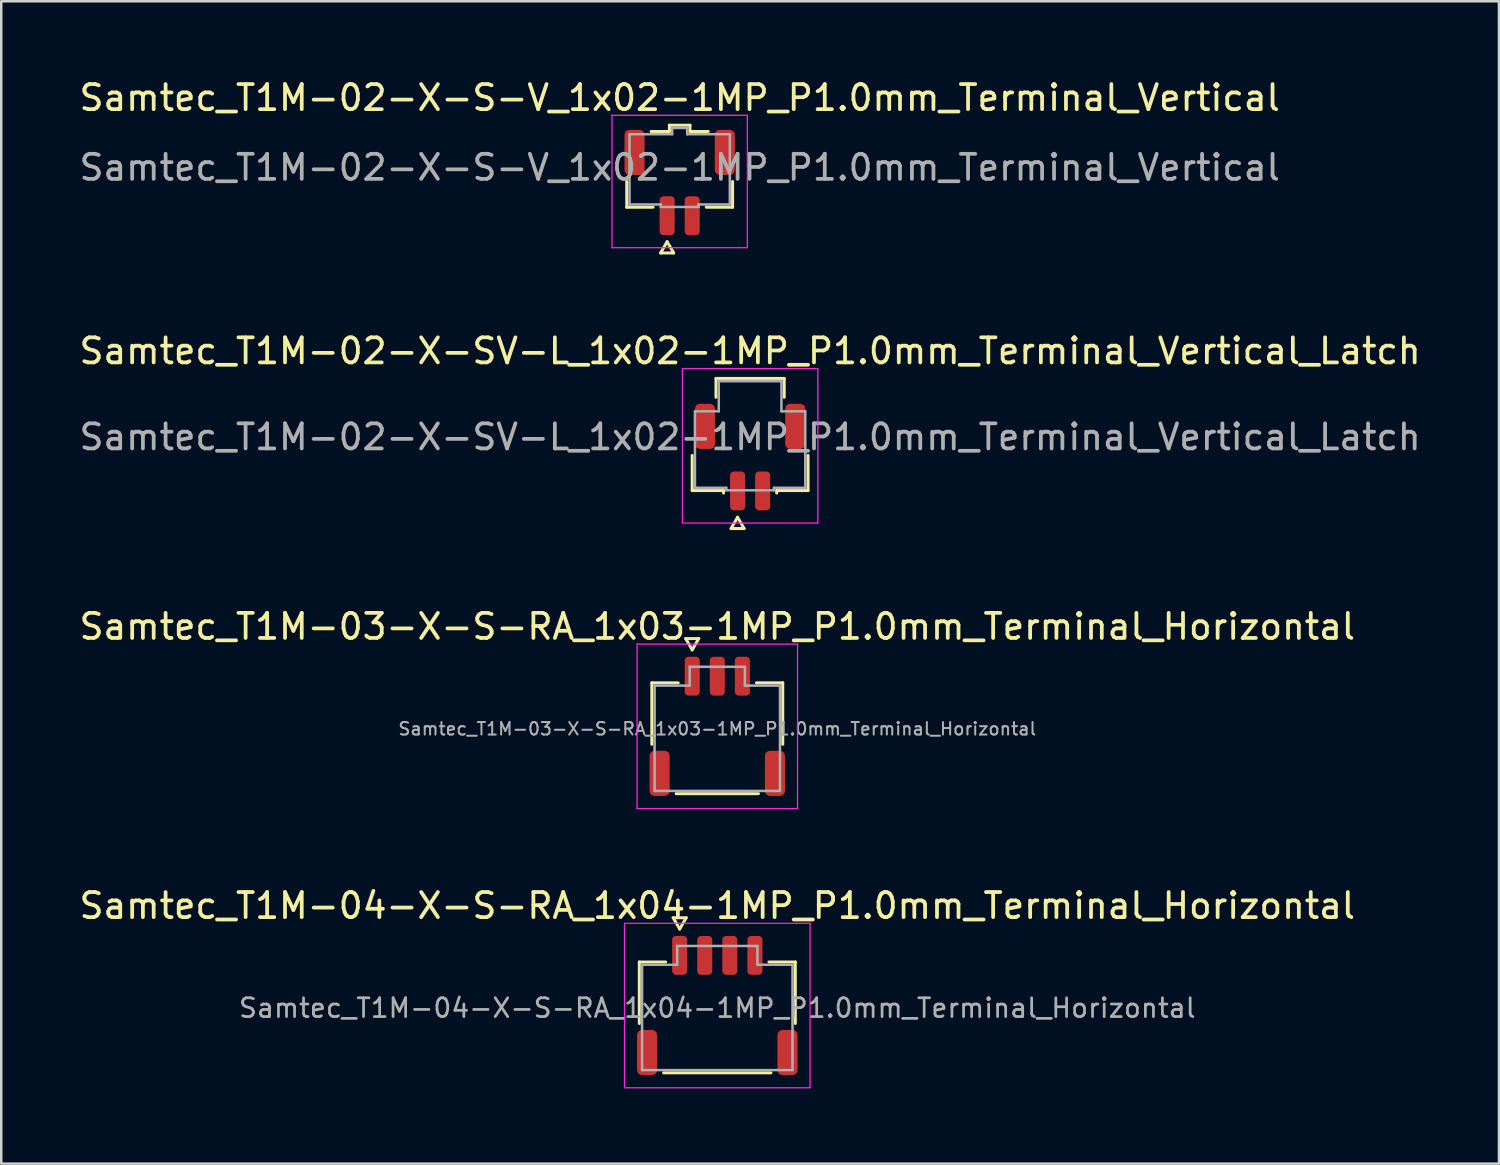
<source format=kicad_pcb>
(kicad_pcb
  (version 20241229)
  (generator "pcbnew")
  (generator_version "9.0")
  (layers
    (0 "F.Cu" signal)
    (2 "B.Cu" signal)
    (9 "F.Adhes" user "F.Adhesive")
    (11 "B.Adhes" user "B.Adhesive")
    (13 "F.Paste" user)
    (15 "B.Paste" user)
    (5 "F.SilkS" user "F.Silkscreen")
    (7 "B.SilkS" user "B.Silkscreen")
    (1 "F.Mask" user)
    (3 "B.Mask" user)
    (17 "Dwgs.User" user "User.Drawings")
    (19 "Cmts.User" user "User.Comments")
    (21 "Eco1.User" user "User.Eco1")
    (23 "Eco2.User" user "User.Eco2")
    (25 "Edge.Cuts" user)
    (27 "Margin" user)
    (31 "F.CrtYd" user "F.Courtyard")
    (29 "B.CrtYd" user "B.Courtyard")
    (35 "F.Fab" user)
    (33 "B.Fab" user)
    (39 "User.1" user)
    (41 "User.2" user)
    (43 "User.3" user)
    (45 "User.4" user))
  (footprint "Samtec_T1M-02-X-S-V_1x02-1MP_P1.0mm_Terminal_Vertical"
    (layer "F.Cu")
    (at 24.054 3.628)
    (property "Reference" "Samtec_T1M-02-X-S-V_1x02-1MP_P1.0mm_Terminal_Vertical" (at 0 -2.78 0) (layer "F.SilkS") (effects (font (size 1 1) (thickness 0.15))))
    (attr smd)
    (fp_line (start -2.11 1.585) (end -2.11 0.56) (stroke (width 0.12) (type solid)) (layer "F.SilkS"))
    (fp_line (start -1.14 -1.435) (end -0.41 -1.435) (stroke (width 0.12) (type solid)) (layer "F.SilkS"))
    (fp_line (start -1.06 1.585) (end -2.11 1.585) (stroke (width 0.12) (type solid)) (layer "F.SilkS"))
    (fp_line (start -0.76 3.41) (end -0.5 2.96) (stroke (width 0.12) (type solid)) (layer "F.SilkS"))
    (fp_line (start -0.5 2.96) (end -0.24 3.41) (stroke (width 0.12) (type solid)) (layer "F.SilkS"))
    (fp_line (start -0.41 -1.685) (end 0.41 -1.685) (stroke (width 0.12) (type solid)) (layer "F.SilkS"))
    (fp_line (start -0.41 -1.435) (end -0.41 -1.685) (stroke (width 0.12) (type solid)) (layer "F.SilkS"))
    (fp_line (start -0.24 3.41) (end -0.76 3.41) (stroke (width 0.12) (type solid)) (layer "F.SilkS"))
    (fp_line (start 0.41 -1.685) (end 0.41 -1.435) (stroke (width 0.12) (type solid)) (layer "F.SilkS"))
    (fp_line (start 0.41 -1.435) (end 1.14 -1.435) (stroke (width 0.12) (type solid)) (layer "F.SilkS"))
    (fp_line (start 2.11 0.56) (end 2.11 1.585) (stroke (width 0.12) (type solid)) (layer "F.SilkS"))
    (fp_line (start 2.11 1.585) (end 1.06 1.585) (stroke (width 0.12) (type solid)) (layer "F.SilkS"))
    (fp_line (start -2.7 -2.08) (end -2.7 3.2) (stroke (width 0.05) (type solid)) (layer "F.CrtYd"))
    (fp_line (start -2.7 3.2) (end 2.7 3.2) (stroke (width 0.05) (type solid)) (layer "F.CrtYd"))
    (fp_line (start 2.7 -2.08) (end -2.7 -2.08) (stroke (width 0.05) (type solid)) (layer "F.CrtYd"))
    (fp_line (start 2.7 3.2) (end 2.7 -2.08) (stroke (width 0.05) (type solid)) (layer "F.CrtYd"))
    (fp_line (start -2 -1.325) (end -0.3 -1.325) (stroke (width 0.1) (type solid)) (layer "F.Fab"))
    (fp_line (start -2 1.475) (end -2 -1.325) (stroke (width 0.1) (type solid)) (layer "F.Fab"))
    (fp_line (start -0.75 1.475) (end -2 1.475) (stroke (width 0.1) (type solid)) (layer "F.Fab"))
    (fp_line (start -0.75 1.575) (end -0.75 1.475) (stroke (width 0.1) (type solid)) (layer "F.Fab"))
    (fp_line (start -0.3 -1.575) (end 0.3 -1.575) (stroke (width 0.1) (type solid)) (layer "F.Fab"))
    (fp_line (start -0.3 -1.325) (end -0.3 -1.575) (stroke (width 0.1) (type solid)) (layer "F.Fab"))
    (fp_line (start 0.3 -1.575) (end 0.3 -1.325) (stroke (width 0.1) (type solid)) (layer "F.Fab"))
    (fp_line (start 0.3 -1.325) (end 2 -1.325) (stroke (width 0.1) (type solid)) (layer "F.Fab"))
    (fp_line (start 0.75 1.475) (end 0.75 1.575) (stroke (width 0.1) (type solid)) (layer "F.Fab"))
    (fp_line (start 0.75 1.575) (end -0.75 1.575) (stroke (width 0.1) (type solid)) (layer "F.Fab"))
    (fp_line (start 2 -1.325) (end 2 1.475) (stroke (width 0.1) (type solid)) (layer "F.Fab"))
    (fp_line (start 2 1.475) (end 0.75 1.475) (stroke (width 0.1) (type solid)) (layer "F.Fab"))
    (fp_text user "${REFERENCE}" (at 0 0 0) (layer "F.Fab") (effects (font (size 1 1) (thickness 0.15))))
    (pad "1" smd roundrect (at -0.5 1.925) (size 0.6 1.55) (layers "F.Cu" "F.Mask" "F.Paste") (roundrect_rratio 0.25))
    (pad "2" smd roundrect (at 0.5 1.925) (size 0.6 1.55) (layers "F.Cu" "F.Mask" "F.Paste") (roundrect_rratio 0.25))
    (pad "MP" smd roundrect (at -1.8 -0.6) (size 0.8 1.8) (layers "F.Cu" "F.Mask" "F.Paste") (roundrect_rratio 0.25))
    (pad "MP" smd roundrect (at 1.8 -0.6) (size 0.8 1.8) (layers "F.Cu" "F.Mask" "F.Paste") (roundrect_rratio 0.25)))
  (footprint "Samtec_T1M-04-X-S-RA_1x04-1MP_P1.0mm_Terminal_Horizontal"
    (layer "F.Cu")
    (at 25.554 37.148)
    (property "Reference" "Samtec_T1M-04-X-S-RA_1x04-1MP_P1.0mm_Terminal_Horizontal" (at 0 -4.08 0) (layer "F.SilkS") (effects (font (size 1 1) (thickness 0.15))))
    (attr smd)
    (fp_line (start -3.11 -1.835) (end -2.06 -1.835) (stroke (width 0.12) (type solid)) (layer "F.SilkS"))
    (fp_line (start -3.11 0.615) (end -3.11 -1.835) (stroke (width 0.12) (type solid)) (layer "F.SilkS"))
    (fp_line (start -1.76 -3.6) (end -1.5 -3.15) (stroke (width 0.12) (type solid)) (layer "F.SilkS"))
    (fp_line (start -1.5 -3.15) (end -1.24 -3.6) (stroke (width 0.12) (type solid)) (layer "F.SilkS"))
    (fp_line (start -1.24 -3.6) (end -1.76 -3.6) (stroke (width 0.12) (type solid)) (layer "F.SilkS"))
    (fp_line (start 2.06 -1.835) (end 3.11 -1.835) (stroke (width 0.12) (type solid)) (layer "F.SilkS"))
    (fp_line (start 2.14 2.585) (end -2.14 2.585) (stroke (width 0.12) (type solid)) (layer "F.SilkS"))
    (fp_line (start 3.11 -1.835) (end 3.11 0.615) (stroke (width 0.12) (type solid)) (layer "F.SilkS"))
    (fp_line (start -3.7 -3.38) (end -3.7 3.18) (stroke (width 0.05) (type solid)) (layer "F.CrtYd"))
    (fp_line (start -3.7 3.18) (end 3.7 3.18) (stroke (width 0.05) (type solid)) (layer "F.CrtYd"))
    (fp_line (start 3.7 -3.38) (end -3.7 -3.38) (stroke (width 0.05) (type solid)) (layer "F.CrtYd"))
    (fp_line (start 3.7 3.18) (end 3.7 -3.38) (stroke (width 0.05) (type solid)) (layer "F.CrtYd"))
    (fp_line (start -3 -1.725) (end -1.6 -1.725) (stroke (width 0.1) (type solid)) (layer "F.Fab"))
    (fp_line (start -3 2.475) (end -3 -1.725) (stroke (width 0.1) (type solid)) (layer "F.Fab"))
    (fp_line (start -1.6 -2.475) (end 1.6 -2.475) (stroke (width 0.1) (type solid)) (layer "F.Fab"))
    (fp_line (start -1.6 -1.725) (end -1.6 -2.475) (stroke (width 0.1) (type solid)) (layer "F.Fab"))
    (fp_line (start 1.6 -2.475) (end 1.6 -1.725) (stroke (width 0.1) (type solid)) (layer "F.Fab"))
    (fp_line (start 1.6 -1.725) (end 3 -1.725) (stroke (width 0.1) (type solid)) (layer "F.Fab"))
    (fp_line (start 3 -1.725) (end 3 2.475) (stroke (width 0.1) (type solid)) (layer "F.Fab"))
    (fp_line (start 3 2.475) (end -3 2.475) (stroke (width 0.1) (type solid)) (layer "F.Fab"))
    (fp_text user "${REFERENCE}" (at 0 0 0) (layer "F.Fab") (effects (font (size 0.75 0.75) (thickness 0.11))))
    (pad "1" smd roundrect (at -1.5 -2.1) (size 0.6 1.55) (layers "F.Cu" "F.Mask" "F.Paste") (roundrect_rratio 0.25))
    (pad "2" smd roundrect (at -0.5 -2.1) (size 0.6 1.55) (layers "F.Cu" "F.Mask" "F.Paste") (roundrect_rratio 0.25))
    (pad "3" smd roundrect (at 0.5 -2.1) (size 0.6 1.55) (layers "F.Cu" "F.Mask" "F.Paste") (roundrect_rratio 0.25))
    (pad "4" smd roundrect (at 1.5 -2.1) (size 0.6 1.55) (layers "F.Cu" "F.Mask" "F.Paste") (roundrect_rratio 0.25))
    (pad "MP" smd roundrect (at -2.8 1.775) (size 0.8 1.8) (layers "F.Cu" "F.Mask" "F.Paste") (roundrect_rratio 0.25))
    (pad "MP" smd roundrect (at 2.8 1.775) (size 0.8 1.8) (layers "F.Cu" "F.Mask" "F.Paste") (roundrect_rratio 0.25)))
  (footprint "Samtec_T1M-03-X-S-RA_1x03-1MP_P1.0mm_Terminal_Horizontal"
    (layer "F.Cu")
    (at 25.554 26.015)
    (property "Reference" "Samtec_T1M-03-X-S-RA_1x03-1MP_P1.0mm_Terminal_Horizontal" (at 0 -4.08 0) (layer "F.SilkS") (effects (font (size 1 1) (thickness 0.15))))
    (attr smd)
    (fp_line (start -2.61 -1.835) (end -1.56 -1.835) (stroke (width 0.12) (type solid)) (layer "F.SilkS"))
    (fp_line (start -2.61 0.615) (end -2.61 -1.835) (stroke (width 0.12) (type solid)) (layer "F.SilkS"))
    (fp_line (start -1.26 -3.6) (end -1 -3.15) (stroke (width 0.12) (type solid)) (layer "F.SilkS"))
    (fp_line (start -1 -3.15) (end -0.74 -3.6) (stroke (width 0.12) (type solid)) (layer "F.SilkS"))
    (fp_line (start -0.74 -3.6) (end -1.26 -3.6) (stroke (width 0.12) (type solid)) (layer "F.SilkS"))
    (fp_line (start 1.56 -1.835) (end 2.61 -1.835) (stroke (width 0.12) (type solid)) (layer "F.SilkS"))
    (fp_line (start 1.64 2.585) (end -1.64 2.585) (stroke (width 0.12) (type solid)) (layer "F.SilkS"))
    (fp_line (start 2.61 -1.835) (end 2.61 0.615) (stroke (width 0.12) (type solid)) (layer "F.SilkS"))
    (fp_line (start -3.2 -3.38) (end -3.2 3.18) (stroke (width 0.05) (type solid)) (layer "F.CrtYd"))
    (fp_line (start -3.2 3.18) (end 3.2 3.18) (stroke (width 0.05) (type solid)) (layer "F.CrtYd"))
    (fp_line (start 3.2 -3.38) (end -3.2 -3.38) (stroke (width 0.05) (type solid)) (layer "F.CrtYd"))
    (fp_line (start 3.2 3.18) (end 3.2 -3.38) (stroke (width 0.05) (type solid)) (layer "F.CrtYd"))
    (fp_line (start -2.5 -1.725) (end -1.1 -1.725) (stroke (width 0.1) (type solid)) (layer "F.Fab"))
    (fp_line (start -2.5 2.475) (end -2.5 -1.725) (stroke (width 0.1) (type solid)) (layer "F.Fab"))
    (fp_line (start -1.1 -2.475) (end 1.1 -2.475) (stroke (width 0.1) (type solid)) (layer "F.Fab"))
    (fp_line (start -1.1 -1.725) (end -1.1 -2.475) (stroke (width 0.1) (type solid)) (layer "F.Fab"))
    (fp_line (start 1.1 -2.475) (end 1.1 -1.725) (stroke (width 0.1) (type solid)) (layer "F.Fab"))
    (fp_line (start 1.1 -1.725) (end 2.5 -1.725) (stroke (width 0.1) (type solid)) (layer "F.Fab"))
    (fp_line (start 2.5 -1.725) (end 2.5 2.475) (stroke (width 0.1) (type solid)) (layer "F.Fab"))
    (fp_line (start 2.5 2.475) (end -2.5 2.475) (stroke (width 0.1) (type solid)) (layer "F.Fab"))
    (fp_text user "${REFERENCE}" (at 0 0 0) (layer "F.Fab") (effects (font (size 0.5 0.5) (thickness 0.08))))
    (pad "1" smd roundrect (at -1 -2.1) (size 0.6 1.55) (layers "F.Cu" "F.Mask" "F.Paste") (roundrect_rratio 0.25))
    (pad "2" smd roundrect (at 0 -2.1) (size 0.6 1.55) (layers "F.Cu" "F.Mask" "F.Paste") (roundrect_rratio 0.25))
    (pad "3" smd roundrect (at 1 -2.1) (size 0.6 1.55) (layers "F.Cu" "F.Mask" "F.Paste") (roundrect_rratio 0.25))
    (pad "MP" smd roundrect (at -2.3 1.775) (size 0.8 1.8) (layers "F.Cu" "F.Mask" "F.Paste") (roundrect_rratio 0.25))
    (pad "MP" smd roundrect (at 2.3 1.775) (size 0.8 1.8) (layers "F.Cu" "F.Mask" "F.Paste") (roundrect_rratio 0.25)))
  (footprint "Samtec_T1M-02-X-SV-L_1x02-1MP_P1.0mm_Terminal_Vertical_Latch"
    (layer "F.Cu")
    (at 26.863 14.377)
    (property "Reference" "Samtec_T1M-02-X-SV-L_1x02-1MP_P1.0mm_Terminal_Vertical_Latch" (at 0 -3.43 0) (layer "F.SilkS") (effects (font (size 1 1) (thickness 0.15))))
    (attr smd)
    (fp_line (start -2.31 2.135) (end -2.31 0.735) (stroke (width 0.12) (type solid)) (layer "F.SilkS"))
    (fp_line (start -1.36 -2.335) (end 1.36 -2.335) (stroke (width 0.12) (type solid)) (layer "F.SilkS"))
    (fp_line (start -1.36 -1.585) (end -1.36 -2.335) (stroke (width 0.12) (type solid)) (layer "F.SilkS"))
    (fp_line (start -1.06 2.135) (end -2.31 2.135) (stroke (width 0.12) (type solid)) (layer "F.SilkS"))
    (fp_line (start -1.06 2.235) (end -1.06 2.135) (stroke (width 0.12) (type solid)) (layer "F.SilkS"))
    (fp_line (start -0.76 3.65) (end -0.5 3.2) (stroke (width 0.12) (type solid)) (layer "F.SilkS"))
    (fp_line (start -0.5 3.2) (end -0.24 3.65) (stroke (width 0.12) (type solid)) (layer "F.SilkS"))
    (fp_line (start -0.24 3.65) (end -0.76 3.65) (stroke (width 0.12) (type solid)) (layer "F.SilkS"))
    (fp_line (start 1.06 2.135) (end 1.06 2.235) (stroke (width 0.12) (type solid)) (layer "F.SilkS"))
    (fp_line (start 1.36 -2.335) (end 1.36 -1.585) (stroke (width 0.12) (type solid)) (layer "F.SilkS"))
    (fp_line (start 2.31 0.735) (end 2.31 2.135) (stroke (width 0.12) (type solid)) (layer "F.SilkS"))
    (fp_line (start 2.31 2.135) (end 1.06 2.135) (stroke (width 0.12) (type solid)) (layer "F.SilkS"))
    (fp_line (start -2.7 -2.73) (end -2.7 3.43) (stroke (width 0.05) (type solid)) (layer "F.CrtYd"))
    (fp_line (start -2.7 3.43) (end 2.7 3.43) (stroke (width 0.05) (type solid)) (layer "F.CrtYd"))
    (fp_line (start 2.7 -2.73) (end -2.7 -2.73) (stroke (width 0.05) (type solid)) (layer "F.CrtYd"))
    (fp_line (start 2.7 3.43) (end 2.7 -2.73) (stroke (width 0.05) (type solid)) (layer "F.CrtYd"))
    (fp_line (start -2.2 -1.025) (end -1.25 -1.025) (stroke (width 0.1) (type solid)) (layer "F.Fab"))
    (fp_line (start -2.2 2.025) (end -2.2 -1.025) (stroke (width 0.1) (type solid)) (layer "F.Fab"))
    (fp_line (start -1.25 -2.225) (end 1.25 -2.225) (stroke (width 0.1) (type solid)) (layer "F.Fab"))
    (fp_line (start -1.25 -1.025) (end -1.25 -2.225) (stroke (width 0.1) (type solid)) (layer "F.Fab"))
    (fp_line (start -0.95 2.025) (end -2.2 2.025) (stroke (width 0.1) (type solid)) (layer "F.Fab"))
    (fp_line (start -0.95 2.125) (end -0.95 2.025) (stroke (width 0.1) (type solid)) (layer "F.Fab"))
    (fp_line (start 0.95 2.025) (end 0.95 2.125) (stroke (width 0.1) (type solid)) (layer "F.Fab"))
    (fp_line (start 0.95 2.125) (end -0.95 2.125) (stroke (width 0.1) (type solid)) (layer "F.Fab"))
    (fp_line (start 1.25 -2.225) (end 1.25 -1.025) (stroke (width 0.1) (type solid)) (layer "F.Fab"))
    (fp_line (start 1.25 -1.025) (end 2.2 -1.025) (stroke (width 0.1) (type solid)) (layer "F.Fab"))
    (fp_line (start 2.2 -1.025) (end 2.2 2.025) (stroke (width 0.1) (type solid)) (layer "F.Fab"))
    (fp_line (start 2.2 2.025) (end 0.95 2.025) (stroke (width 0.1) (type solid)) (layer "F.Fab"))
    (fp_text user "${REFERENCE}" (at 0 0 0) (layer "F.Fab") (effects (font (size 1 1) (thickness 0.15))))
    (pad "1" smd roundrect (at -0.5 2.15) (size 0.6 1.55) (layers "F.Cu" "F.Mask" "F.Paste") (roundrect_rratio 0.25))
    (pad "2" smd roundrect (at 0.5 2.15) (size 0.6 1.55) (layers "F.Cu" "F.Mask" "F.Paste") (roundrect_rratio 0.25))
    (pad "MP" smd roundrect (at -1.8 -0.425) (size 0.8 1.8) (layers "F.Cu" "F.Mask" "F.Paste") (roundrect_rratio 0.25))
    (pad "MP" smd roundrect (at 1.8 -0.425) (size 0.8 1.8) (layers "F.Cu" "F.Mask" "F.Paste") (roundrect_rratio 0.25)))
  (gr_rect
    (start -3 -3)
    (end 56.726 43.353)
    (stroke (width 0.1) (type default))
    (fill no)
    (layer "Edge.Cuts")))
</source>
